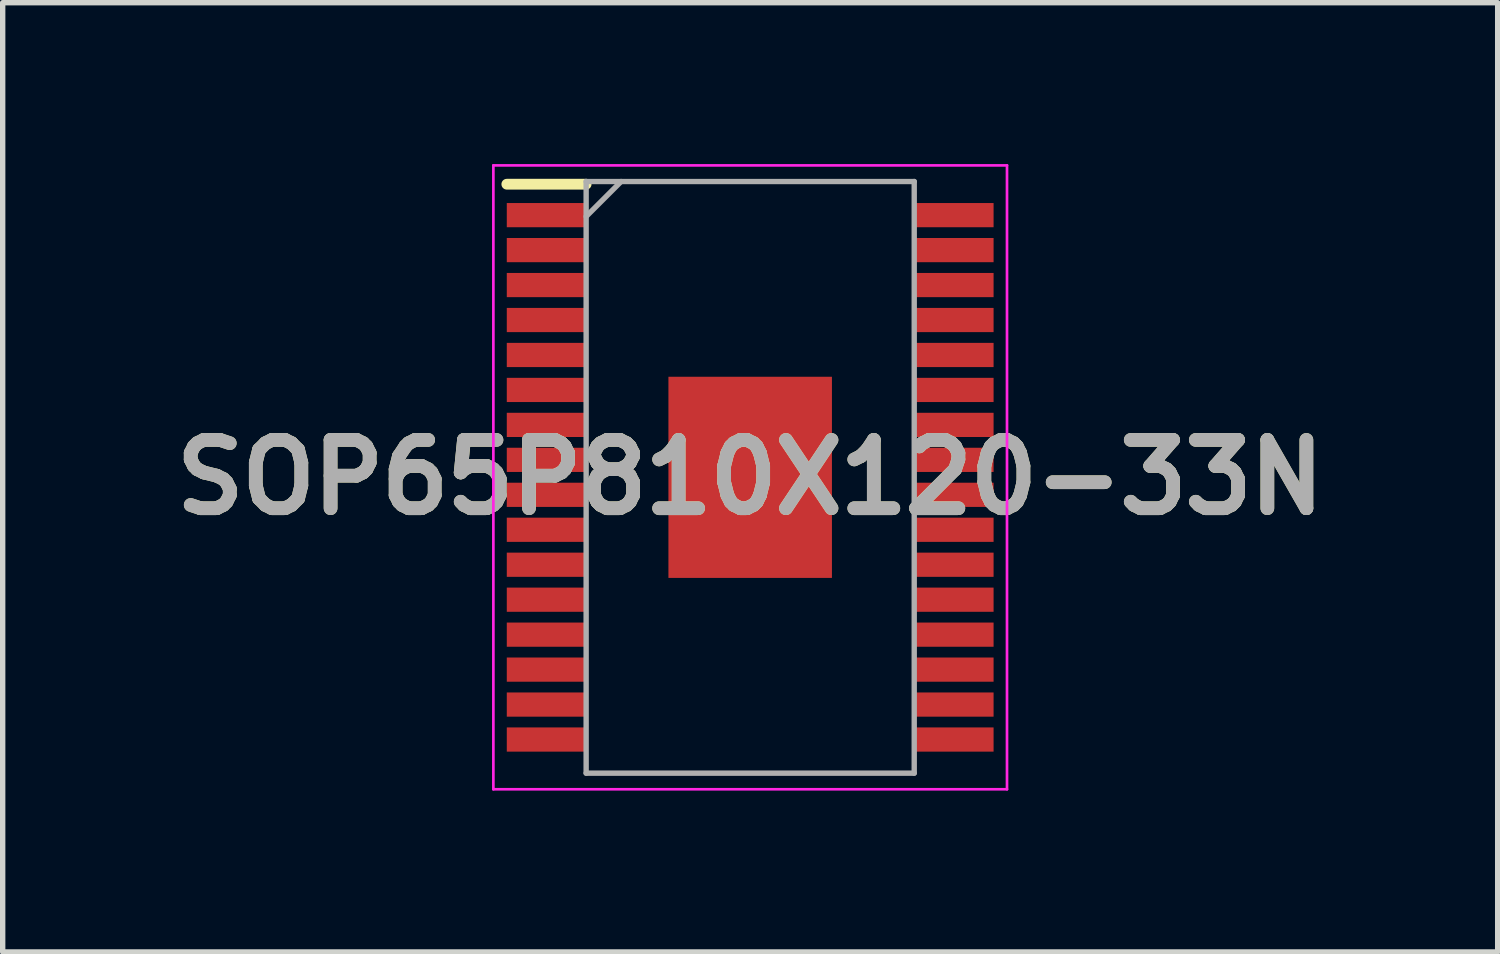
<source format=kicad_pcb>
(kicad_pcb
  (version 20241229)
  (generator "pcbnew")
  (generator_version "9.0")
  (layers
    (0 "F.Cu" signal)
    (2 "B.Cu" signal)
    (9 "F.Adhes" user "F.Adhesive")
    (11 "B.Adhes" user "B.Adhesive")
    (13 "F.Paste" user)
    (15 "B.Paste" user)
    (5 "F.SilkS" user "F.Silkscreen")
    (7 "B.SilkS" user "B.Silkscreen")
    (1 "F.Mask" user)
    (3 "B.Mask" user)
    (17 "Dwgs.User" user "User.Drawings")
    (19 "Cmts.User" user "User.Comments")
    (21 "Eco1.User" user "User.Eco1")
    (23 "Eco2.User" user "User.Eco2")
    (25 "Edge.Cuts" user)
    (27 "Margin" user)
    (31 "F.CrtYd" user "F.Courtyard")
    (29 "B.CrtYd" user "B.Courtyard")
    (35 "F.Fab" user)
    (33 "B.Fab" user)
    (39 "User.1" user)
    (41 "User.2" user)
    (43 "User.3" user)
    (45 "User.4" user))
  (footprint "SOP65P810X120-33N"
    (layer "F.Cu")
    (at 10.898 5.825)
    (property "Reference" "SOP65P810X120-33N" (at 0 0 0) (layer "F.SilkS") (effects (font (size 1.27 1.27) (thickness 0.254))))
    (attr smd)
    (fp_line (start -4.525 -5.45) (end -3.05 -5.45) (stroke (width 0.2) (type solid)) (layer "F.SilkS"))
    (fp_line (start -4.775 -5.8) (end 4.775 -5.8) (stroke (width 0.05) (type solid)) (layer "F.CrtYd"))
    (fp_line (start -4.775 5.8) (end -4.775 -5.8) (stroke (width 0.05) (type solid)) (layer "F.CrtYd"))
    (fp_line (start 4.775 -5.8) (end 4.775 5.8) (stroke (width 0.05) (type solid)) (layer "F.CrtYd"))
    (fp_line (start 4.775 5.8) (end -4.775 5.8) (stroke (width 0.05) (type solid)) (layer "F.CrtYd"))
    (fp_line (start -3.05 -5.5) (end 3.05 -5.5) (stroke (width 0.1) (type solid)) (layer "F.Fab"))
    (fp_line (start -3.05 -4.85) (end -2.4 -5.5) (stroke (width 0.1) (type solid)) (layer "F.Fab"))
    (fp_line (start -3.05 5.5) (end -3.05 -5.5) (stroke (width 0.1) (type solid)) (layer "F.Fab"))
    (fp_line (start 3.05 -5.5) (end 3.05 5.5) (stroke (width 0.1) (type solid)) (layer "F.Fab"))
    (fp_line (start 3.05 5.5) (end -3.05 5.5) (stroke (width 0.1) (type solid)) (layer "F.Fab"))
    (fp_text user "${REFERENCE}" (at 0 0 0) (layer "F.Fab") (effects (font (size 1.27 1.27) (thickness 0.254))))
    (pad "1" smd rect (at -3.788 -4.875 90) (size 0.45 1.475) (layers "F.Cu" "F.Mask" "F.Paste"))
    (pad "2" smd rect (at -3.788 -4.225 90) (size 0.45 1.475) (layers "F.Cu" "F.Mask" "F.Paste"))
    (pad "3" smd rect (at -3.788 -3.575 90) (size 0.45 1.475) (layers "F.Cu" "F.Mask" "F.Paste"))
    (pad "4" smd rect (at -3.788 -2.925 90) (size 0.45 1.475) (layers "F.Cu" "F.Mask" "F.Paste"))
    (pad "5" smd rect (at -3.788 -2.275 90) (size 0.45 1.475) (layers "F.Cu" "F.Mask" "F.Paste"))
    (pad "6" smd rect (at -3.788 -1.625 90) (size 0.45 1.475) (layers "F.Cu" "F.Mask" "F.Paste"))
    (pad "7" smd rect (at -3.788 -0.975 90) (size 0.45 1.475) (layers "F.Cu" "F.Mask" "F.Paste"))
    (pad "8" smd rect (at -3.788 -0.325 90) (size 0.45 1.475) (layers "F.Cu" "F.Mask" "F.Paste"))
    (pad "9" smd rect (at -3.788 0.325 90) (size 0.45 1.475) (layers "F.Cu" "F.Mask" "F.Paste"))
    (pad "10" smd rect (at -3.788 0.975 90) (size 0.45 1.475) (layers "F.Cu" "F.Mask" "F.Paste"))
    (pad "11" smd rect (at -3.788 1.625 90) (size 0.45 1.475) (layers "F.Cu" "F.Mask" "F.Paste"))
    (pad "12" smd rect (at -3.788 2.275 90) (size 0.45 1.475) (layers "F.Cu" "F.Mask" "F.Paste"))
    (pad "13" smd rect (at -3.788 2.925 90) (size 0.45 1.475) (layers "F.Cu" "F.Mask" "F.Paste"))
    (pad "14" smd rect (at -3.788 3.575 90) (size 0.45 1.475) (layers "F.Cu" "F.Mask" "F.Paste"))
    (pad "15" smd rect (at -3.788 4.225 90) (size 0.45 1.475) (layers "F.Cu" "F.Mask" "F.Paste"))
    (pad "16" smd rect (at -3.788 4.875 90) (size 0.45 1.475) (layers "F.Cu" "F.Mask" "F.Paste"))
    (pad "17" smd rect (at 3.788 4.875 90) (size 0.45 1.475) (layers "F.Cu" "F.Mask" "F.Paste"))
    (pad "18" smd rect (at 3.788 4.225 90) (size 0.45 1.475) (layers "F.Cu" "F.Mask" "F.Paste"))
    (pad "19" smd rect (at 3.788 3.575 90) (size 0.45 1.475) (layers "F.Cu" "F.Mask" "F.Paste"))
    (pad "20" smd rect (at 3.788 2.925 90) (size 0.45 1.475) (layers "F.Cu" "F.Mask" "F.Paste"))
    (pad "21" smd rect (at 3.788 2.275 90) (size 0.45 1.475) (layers "F.Cu" "F.Mask" "F.Paste"))
    (pad "22" smd rect (at 3.788 1.625 90) (size 0.45 1.475) (layers "F.Cu" "F.Mask" "F.Paste"))
    (pad "23" smd rect (at 3.788 0.975 90) (size 0.45 1.475) (layers "F.Cu" "F.Mask" "F.Paste"))
    (pad "24" smd rect (at 3.788 0.325 90) (size 0.45 1.475) (layers "F.Cu" "F.Mask" "F.Paste"))
    (pad "25" smd rect (at 3.788 -0.325 90) (size 0.45 1.475) (layers "F.Cu" "F.Mask" "F.Paste"))
    (pad "26" smd rect (at 3.788 -0.975 90) (size 0.45 1.475) (layers "F.Cu" "F.Mask" "F.Paste"))
    (pad "27" smd rect (at 3.788 -1.625 90) (size 0.45 1.475) (layers "F.Cu" "F.Mask" "F.Paste"))
    (pad "28" smd rect (at 3.788 -2.275 90) (size 0.45 1.475) (layers "F.Cu" "F.Mask" "F.Paste"))
    (pad "29" smd rect (at 3.788 -2.925 90) (size 0.45 1.475) (layers "F.Cu" "F.Mask" "F.Paste"))
    (pad "30" smd rect (at 3.788 -3.575 90) (size 0.45 1.475) (layers "F.Cu" "F.Mask" "F.Paste"))
    (pad "31" smd rect (at 3.788 -4.225 90) (size 0.45 1.475) (layers "F.Cu" "F.Mask" "F.Paste"))
    (pad "32" smd rect (at 3.788 -4.875 90) (size 0.45 1.475) (layers "F.Cu" "F.Mask" "F.Paste"))
    (pad "33" smd rect (at 0 0) (size 3.04 3.74) (layers "F.Cu" "F.Mask" "F.Paste")))
  (gr_rect
    (start -3 -3)
    (end 24.796 14.65)
    (stroke (width 0.1) (type default))
    (fill no)
    (layer "Edge.Cuts")))
</source>
